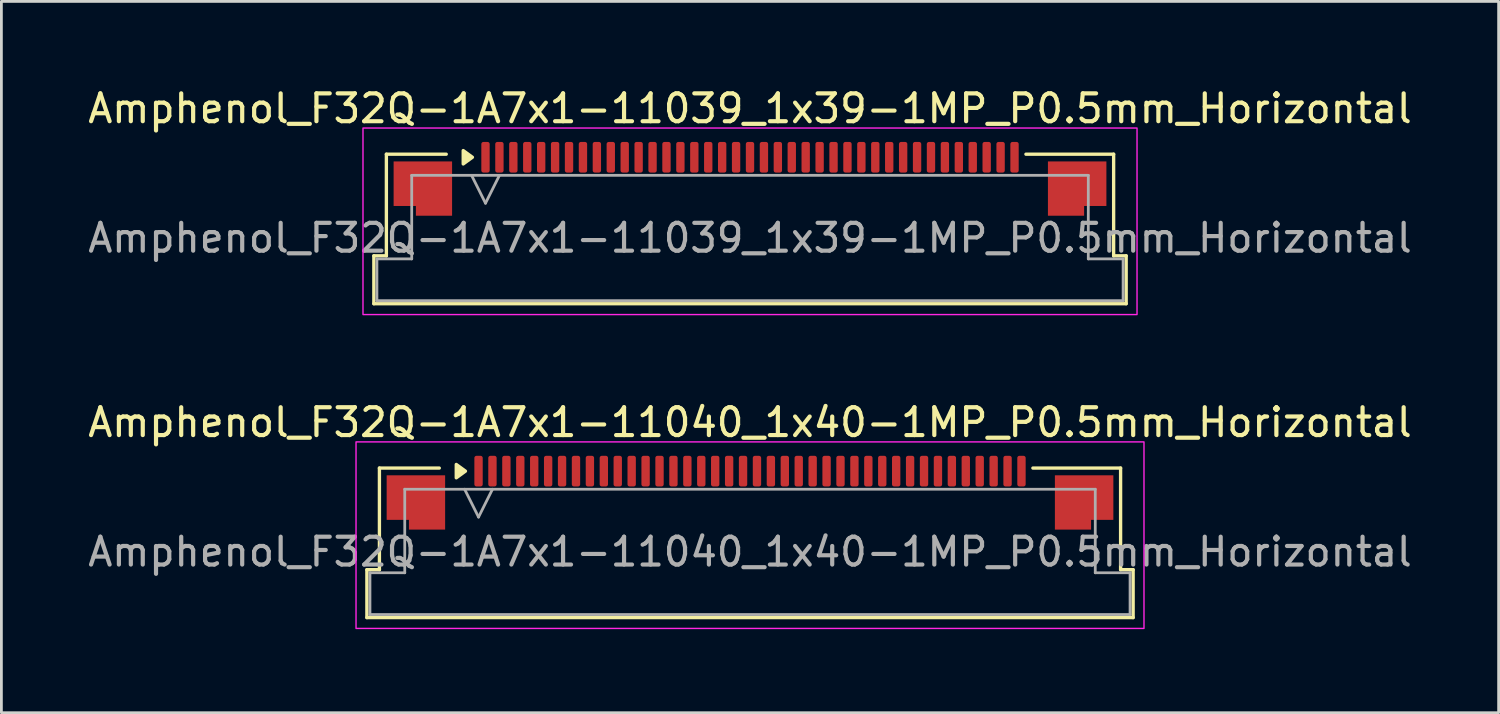
<source format=kicad_pcb>
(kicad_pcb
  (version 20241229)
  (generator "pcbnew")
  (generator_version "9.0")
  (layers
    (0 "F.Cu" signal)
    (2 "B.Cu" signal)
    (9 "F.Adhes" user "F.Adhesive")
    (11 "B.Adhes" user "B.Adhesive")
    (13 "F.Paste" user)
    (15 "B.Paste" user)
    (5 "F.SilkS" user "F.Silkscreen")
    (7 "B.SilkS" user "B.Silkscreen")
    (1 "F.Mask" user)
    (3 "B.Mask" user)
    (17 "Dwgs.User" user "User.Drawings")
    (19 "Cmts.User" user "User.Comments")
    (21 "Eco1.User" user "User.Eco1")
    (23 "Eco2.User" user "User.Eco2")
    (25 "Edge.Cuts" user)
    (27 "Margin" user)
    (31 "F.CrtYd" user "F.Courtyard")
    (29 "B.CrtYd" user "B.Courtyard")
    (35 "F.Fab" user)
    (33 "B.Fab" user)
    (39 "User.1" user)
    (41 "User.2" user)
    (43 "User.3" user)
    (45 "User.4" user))
  (footprint "Amphenol_F32Q-1A7x1-11040_1x40-1MP_P0.5mm_Horizontal"
    (layer "F.Cu")
    (at 23.887 16.771)
    (property "Reference" "Amphenol_F32Q-1A7x1-11040_1x40-1MP_P0.5mm_Horizontal" (at 0 -4.65 0) (layer "F.SilkS") (effects (font (size 1 1) (thickness 0.15))))
    (attr smd)
    (fp_line (start -13.76 0.64) (end -13.31 0.64) (stroke (width 0.12) (type solid)) (layer "F.SilkS"))
    (fp_line (start -13.76 2.36) (end -13.76 0.64) (stroke (width 0.12) (type solid)) (layer "F.SilkS"))
    (fp_line (start -13.31 -3.01) (end -11.16 -3.01) (stroke (width 0.12) (type solid)) (layer "F.SilkS"))
    (fp_line (start -13.31 0.64) (end -13.31 -3.01) (stroke (width 0.12) (type solid)) (layer "F.SilkS"))
    (fp_line (start 10.16 -3.01) (end 13.31 -3.01) (stroke (width 0.12) (type solid)) (layer "F.SilkS"))
    (fp_line (start 13.31 -3.01) (end 13.31 0.64) (stroke (width 0.12) (type solid)) (layer "F.SilkS"))
    (fp_line (start 13.31 0.64) (end 13.76 0.64) (stroke (width 0.12) (type solid)) (layer "F.SilkS"))
    (fp_line (start 13.76 0.64) (end 13.76 2.36) (stroke (width 0.12) (type solid)) (layer "F.SilkS"))
    (fp_line (start 13.76 2.36) (end -13.76 2.36) (stroke (width 0.12) (type solid)) (layer "F.SilkS"))
    (fp_poly (pts (xy -10.22 -2.9) (xy -10.55 -2.66) (xy -10.55 -3.14)) (stroke (width 0.12) (type solid)) (fill yes) (layer "F.SilkS"))
    (fp_rect (start -14.15 -3.95) (end 14.15 2.75) (stroke (width 0.05) (type solid)) (fill no) (layer "F.CrtYd"))
    (fp_line (start -13.65 0.75) (end -12.4 0.75) (stroke (width 0.1) (type solid)) (layer "F.Fab"))
    (fp_line (start -13.65 2.25) (end -13.65 0.75) (stroke (width 0.1) (type solid)) (layer "F.Fab"))
    (fp_line (start -12.4 -2.25) (end 12.4 -2.25) (stroke (width 0.1) (type solid)) (layer "F.Fab"))
    (fp_line (start -12.4 0.75) (end -12.4 -2.25) (stroke (width 0.1) (type solid)) (layer "F.Fab"))
    (fp_line (start -10.25 -2.25) (end -9.75 -1.25) (stroke (width 0.1) (type solid)) (layer "F.Fab"))
    (fp_line (start -9.75 -1.25) (end -9.25 -2.25) (stroke (width 0.1) (type solid)) (layer "F.Fab"))
    (fp_line (start 12.4 -2.25) (end 12.4 0.75) (stroke (width 0.1) (type solid)) (layer "F.Fab"))
    (fp_line (start 12.4 0.75) (end 13.65 0.75) (stroke (width 0.1) (type solid)) (layer "F.Fab"))
    (fp_line (start 13.65 0.75) (end 13.65 2.25) (stroke (width 0.1) (type solid)) (layer "F.Fab"))
    (fp_line (start 13.65 2.25) (end -13.65 2.25) (stroke (width 0.1) (type solid)) (layer "F.Fab"))
    (fp_text user "${REFERENCE}" (at 0 0 0) (layer "F.Fab") (effects (font (size 1 1) (thickness 0.15))))
    (pad "1" smd roundrect (at -9.75 -2.9) (size 0.3 1.1) (layers "F.Cu" "F.Mask" "F.Paste") (roundrect_rratio 0.25))
    (pad "2" smd roundrect (at -9.25 -2.9) (size 0.3 1.1) (layers "F.Cu" "F.Mask" "F.Paste") (roundrect_rratio 0.25))
    (pad "3" smd roundrect (at -8.75 -2.9) (size 0.3 1.1) (layers "F.Cu" "F.Mask" "F.Paste") (roundrect_rratio 0.25))
    (pad "4" smd roundrect (at -8.25 -2.9) (size 0.3 1.1) (layers "F.Cu" "F.Mask" "F.Paste") (roundrect_rratio 0.25))
    (pad "5" smd roundrect (at -7.75 -2.9) (size 0.3 1.1) (layers "F.Cu" "F.Mask" "F.Paste") (roundrect_rratio 0.25))
    (pad "6" smd roundrect (at -7.25 -2.9) (size 0.3 1.1) (layers "F.Cu" "F.Mask" "F.Paste") (roundrect_rratio 0.25))
    (pad "7" smd roundrect (at -6.75 -2.9) (size 0.3 1.1) (layers "F.Cu" "F.Mask" "F.Paste") (roundrect_rratio 0.25))
    (pad "8" smd roundrect (at -6.25 -2.9) (size 0.3 1.1) (layers "F.Cu" "F.Mask" "F.Paste") (roundrect_rratio 0.25))
    (pad "9" smd roundrect (at -5.75 -2.9) (size 0.3 1.1) (layers "F.Cu" "F.Mask" "F.Paste") (roundrect_rratio 0.25))
    (pad "10" smd roundrect (at -5.25 -2.9) (size 0.3 1.1) (layers "F.Cu" "F.Mask" "F.Paste") (roundrect_rratio 0.25))
    (pad "11" smd roundrect (at -4.75 -2.9) (size 0.3 1.1) (layers "F.Cu" "F.Mask" "F.Paste") (roundrect_rratio 0.25))
    (pad "12" smd roundrect (at -4.25 -2.9) (size 0.3 1.1) (layers "F.Cu" "F.Mask" "F.Paste") (roundrect_rratio 0.25))
    (pad "13" smd roundrect (at -3.75 -2.9) (size 0.3 1.1) (layers "F.Cu" "F.Mask" "F.Paste") (roundrect_rratio 0.25))
    (pad "14" smd roundrect (at -3.25 -2.9) (size 0.3 1.1) (layers "F.Cu" "F.Mask" "F.Paste") (roundrect_rratio 0.25))
    (pad "15" smd roundrect (at -2.75 -2.9) (size 0.3 1.1) (layers "F.Cu" "F.Mask" "F.Paste") (roundrect_rratio 0.25))
    (pad "16" smd roundrect (at -2.25 -2.9) (size 0.3 1.1) (layers "F.Cu" "F.Mask" "F.Paste") (roundrect_rratio 0.25))
    (pad "17" smd roundrect (at -1.75 -2.9) (size 0.3 1.1) (layers "F.Cu" "F.Mask" "F.Paste") (roundrect_rratio 0.25))
    (pad "18" smd roundrect (at -1.25 -2.9) (size 0.3 1.1) (layers "F.Cu" "F.Mask" "F.Paste") (roundrect_rratio 0.25))
    (pad "19" smd roundrect (at -0.75 -2.9) (size 0.3 1.1) (layers "F.Cu" "F.Mask" "F.Paste") (roundrect_rratio 0.25))
    (pad "20" smd roundrect (at -0.25 -2.9) (size 0.3 1.1) (layers "F.Cu" "F.Mask" "F.Paste") (roundrect_rratio 0.25))
    (pad "21" smd roundrect (at 0.25 -2.9) (size 0.3 1.1) (layers "F.Cu" "F.Mask" "F.Paste") (roundrect_rratio 0.25))
    (pad "22" smd roundrect (at 0.75 -2.9) (size 0.3 1.1) (layers "F.Cu" "F.Mask" "F.Paste") (roundrect_rratio 0.25))
    (pad "23" smd roundrect (at 1.25 -2.9) (size 0.3 1.1) (layers "F.Cu" "F.Mask" "F.Paste") (roundrect_rratio 0.25))
    (pad "24" smd roundrect (at 1.75 -2.9) (size 0.3 1.1) (layers "F.Cu" "F.Mask" "F.Paste") (roundrect_rratio 0.25))
    (pad "25" smd roundrect (at 2.25 -2.9) (size 0.3 1.1) (layers "F.Cu" "F.Mask" "F.Paste") (roundrect_rratio 0.25))
    (pad "26" smd roundrect (at 2.75 -2.9) (size 0.3 1.1) (layers "F.Cu" "F.Mask" "F.Paste") (roundrect_rratio 0.25))
    (pad "27" smd roundrect (at 3.25 -2.9) (size 0.3 1.1) (layers "F.Cu" "F.Mask" "F.Paste") (roundrect_rratio 0.25))
    (pad "28" smd roundrect (at 3.75 -2.9) (size 0.3 1.1) (layers "F.Cu" "F.Mask" "F.Paste") (roundrect_rratio 0.25))
    (pad "29" smd roundrect (at 4.25 -2.9) (size 0.3 1.1) (layers "F.Cu" "F.Mask" "F.Paste") (roundrect_rratio 0.25))
    (pad "30" smd roundrect (at 4.75 -2.9) (size 0.3 1.1) (layers "F.Cu" "F.Mask" "F.Paste") (roundrect_rratio 0.25))
    (pad "31" smd roundrect (at 5.25 -2.9) (size 0.3 1.1) (layers "F.Cu" "F.Mask" "F.Paste") (roundrect_rratio 0.25))
    (pad "32" smd roundrect (at 5.75 -2.9) (size 0.3 1.1) (layers "F.Cu" "F.Mask" "F.Paste") (roundrect_rratio 0.25))
    (pad "33" smd roundrect (at 6.25 -2.9) (size 0.3 1.1) (layers "F.Cu" "F.Mask" "F.Paste") (roundrect_rratio 0.25))
    (pad "34" smd roundrect (at 6.75 -2.9) (size 0.3 1.1) (layers "F.Cu" "F.Mask" "F.Paste") (roundrect_rratio 0.25))
    (pad "35" smd roundrect (at 7.25 -2.9) (size 0.3 1.1) (layers "F.Cu" "F.Mask" "F.Paste") (roundrect_rratio 0.25))
    (pad "36" smd roundrect (at 7.75 -2.9) (size 0.3 1.1) (layers "F.Cu" "F.Mask" "F.Paste") (roundrect_rratio 0.25))
    (pad "37" smd roundrect (at 8.25 -2.9) (size 0.3 1.1) (layers "F.Cu" "F.Mask" "F.Paste") (roundrect_rratio 0.25))
    (pad "38" smd roundrect (at 8.75 -2.9) (size 0.3 1.1) (layers "F.Cu" "F.Mask" "F.Paste") (roundrect_rratio 0.25))
    (pad "39" smd roundrect (at 9.25 -2.9) (size 0.3 1.1) (layers "F.Cu" "F.Mask" "F.Paste") (roundrect_rratio 0.25))
    (pad "40" smd roundrect (at 9.75 -2.9) (size 0.3 1.1) (layers "F.Cu" "F.Mask" "F.Paste") (roundrect_rratio 0.25))
    (pad "MP" smd custom (at -12 -1.775) (size 1 1) (layers "F.Cu" "F.Mask" "F.Paste") (options (anchor circle)) (primitives (gr_poly (pts (xy 1.05 -0.975) (xy 1.05 0.975) (xy -0.25 0.975) (xy -0.25 0.625) (xy -1.05 0.625) (xy -1.05 -0.975)) (width 0) (fill yes))))
    (pad "MP" smd custom (at 12 -1.775) (size 1 1) (layers "F.Cu" "F.Mask" "F.Paste") (options (anchor circle)) (primitives (gr_poly (pts (xy -1.05 -0.975) (xy -1.05 0.975) (xy 0.25 0.975) (xy 0.25 0.625) (xy 1.05 0.625) (xy 1.05 -0.975)) (width 0) (fill yes)))))
  (footprint "Amphenol_F32Q-1A7x1-11039_1x39-1MP_P0.5mm_Horizontal"
    (layer "F.Cu")
    (at 23.887 5.498)
    (property "Reference" "Amphenol_F32Q-1A7x1-11039_1x39-1MP_P0.5mm_Horizontal" (at 0 -4.65 0) (layer "F.SilkS") (effects (font (size 1 1) (thickness 0.15))))
    (attr smd)
    (fp_line (start -13.51 0.64) (end -13.06 0.64) (stroke (width 0.12) (type solid)) (layer "F.SilkS"))
    (fp_line (start -13.51 2.36) (end -13.51 0.64) (stroke (width 0.12) (type solid)) (layer "F.SilkS"))
    (fp_line (start -13.06 -3.01) (end -10.91 -3.01) (stroke (width 0.12) (type solid)) (layer "F.SilkS"))
    (fp_line (start -13.06 0.64) (end -13.06 -3.01) (stroke (width 0.12) (type solid)) (layer "F.SilkS"))
    (fp_line (start 9.91 -3.01) (end 13.06 -3.01) (stroke (width 0.12) (type solid)) (layer "F.SilkS"))
    (fp_line (start 13.06 -3.01) (end 13.06 0.64) (stroke (width 0.12) (type solid)) (layer "F.SilkS"))
    (fp_line (start 13.06 0.64) (end 13.51 0.64) (stroke (width 0.12) (type solid)) (layer "F.SilkS"))
    (fp_line (start 13.51 0.64) (end 13.51 2.36) (stroke (width 0.12) (type solid)) (layer "F.SilkS"))
    (fp_line (start 13.51 2.36) (end -13.51 2.36) (stroke (width 0.12) (type solid)) (layer "F.SilkS"))
    (fp_poly (pts (xy -9.97 -2.9) (xy -10.3 -2.66) (xy -10.3 -3.14)) (stroke (width 0.12) (type solid)) (fill yes) (layer "F.SilkS"))
    (fp_rect (start -13.9 -3.95) (end 13.9 2.75) (stroke (width 0.05) (type solid)) (fill no) (layer "F.CrtYd"))
    (fp_line (start -13.4 0.75) (end -12.15 0.75) (stroke (width 0.1) (type solid)) (layer "F.Fab"))
    (fp_line (start -13.4 2.25) (end -13.4 0.75) (stroke (width 0.1) (type solid)) (layer "F.Fab"))
    (fp_line (start -12.15 -2.25) (end 12.15 -2.25) (stroke (width 0.1) (type solid)) (layer "F.Fab"))
    (fp_line (start -12.15 0.75) (end -12.15 -2.25) (stroke (width 0.1) (type solid)) (layer "F.Fab"))
    (fp_line (start -10 -2.25) (end -9.5 -1.25) (stroke (width 0.1) (type solid)) (layer "F.Fab"))
    (fp_line (start -9.5 -1.25) (end -9 -2.25) (stroke (width 0.1) (type solid)) (layer "F.Fab"))
    (fp_line (start 12.15 -2.25) (end 12.15 0.75) (stroke (width 0.1) (type solid)) (layer "F.Fab"))
    (fp_line (start 12.15 0.75) (end 13.4 0.75) (stroke (width 0.1) (type solid)) (layer "F.Fab"))
    (fp_line (start 13.4 0.75) (end 13.4 2.25) (stroke (width 0.1) (type solid)) (layer "F.Fab"))
    (fp_line (start 13.4 2.25) (end -13.4 2.25) (stroke (width 0.1) (type solid)) (layer "F.Fab"))
    (fp_text user "${REFERENCE}" (at 0 0 0) (layer "F.Fab") (effects (font (size 1 1) (thickness 0.15))))
    (pad "1" smd roundrect (at -9.5 -2.9) (size 0.3 1.1) (layers "F.Cu" "F.Mask" "F.Paste") (roundrect_rratio 0.25))
    (pad "2" smd roundrect (at -9 -2.9) (size 0.3 1.1) (layers "F.Cu" "F.Mask" "F.Paste") (roundrect_rratio 0.25))
    (pad "3" smd roundrect (at -8.5 -2.9) (size 0.3 1.1) (layers "F.Cu" "F.Mask" "F.Paste") (roundrect_rratio 0.25))
    (pad "4" smd roundrect (at -8 -2.9) (size 0.3 1.1) (layers "F.Cu" "F.Mask" "F.Paste") (roundrect_rratio 0.25))
    (pad "5" smd roundrect (at -7.5 -2.9) (size 0.3 1.1) (layers "F.Cu" "F.Mask" "F.Paste") (roundrect_rratio 0.25))
    (pad "6" smd roundrect (at -7 -2.9) (size 0.3 1.1) (layers "F.Cu" "F.Mask" "F.Paste") (roundrect_rratio 0.25))
    (pad "7" smd roundrect (at -6.5 -2.9) (size 0.3 1.1) (layers "F.Cu" "F.Mask" "F.Paste") (roundrect_rratio 0.25))
    (pad "8" smd roundrect (at -6 -2.9) (size 0.3 1.1) (layers "F.Cu" "F.Mask" "F.Paste") (roundrect_rratio 0.25))
    (pad "9" smd roundrect (at -5.5 -2.9) (size 0.3 1.1) (layers "F.Cu" "F.Mask" "F.Paste") (roundrect_rratio 0.25))
    (pad "10" smd roundrect (at -5 -2.9) (size 0.3 1.1) (layers "F.Cu" "F.Mask" "F.Paste") (roundrect_rratio 0.25))
    (pad "11" smd roundrect (at -4.5 -2.9) (size 0.3 1.1) (layers "F.Cu" "F.Mask" "F.Paste") (roundrect_rratio 0.25))
    (pad "12" smd roundrect (at -4 -2.9) (size 0.3 1.1) (layers "F.Cu" "F.Mask" "F.Paste") (roundrect_rratio 0.25))
    (pad "13" smd roundrect (at -3.5 -2.9) (size 0.3 1.1) (layers "F.Cu" "F.Mask" "F.Paste") (roundrect_rratio 0.25))
    (pad "14" smd roundrect (at -3 -2.9) (size 0.3 1.1) (layers "F.Cu" "F.Mask" "F.Paste") (roundrect_rratio 0.25))
    (pad "15" smd roundrect (at -2.5 -2.9) (size 0.3 1.1) (layers "F.Cu" "F.Mask" "F.Paste") (roundrect_rratio 0.25))
    (pad "16" smd roundrect (at -2 -2.9) (size 0.3 1.1) (layers "F.Cu" "F.Mask" "F.Paste") (roundrect_rratio 0.25))
    (pad "17" smd roundrect (at -1.5 -2.9) (size 0.3 1.1) (layers "F.Cu" "F.Mask" "F.Paste") (roundrect_rratio 0.25))
    (pad "18" smd roundrect (at -1 -2.9) (size 0.3 1.1) (layers "F.Cu" "F.Mask" "F.Paste") (roundrect_rratio 0.25))
    (pad "19" smd roundrect (at -0.5 -2.9) (size 0.3 1.1) (layers "F.Cu" "F.Mask" "F.Paste") (roundrect_rratio 0.25))
    (pad "20" smd roundrect (at 0 -2.9) (size 0.3 1.1) (layers "F.Cu" "F.Mask" "F.Paste") (roundrect_rratio 0.25))
    (pad "21" smd roundrect (at 0.5 -2.9) (size 0.3 1.1) (layers "F.Cu" "F.Mask" "F.Paste") (roundrect_rratio 0.25))
    (pad "22" smd roundrect (at 1 -2.9) (size 0.3 1.1) (layers "F.Cu" "F.Mask" "F.Paste") (roundrect_rratio 0.25))
    (pad "23" smd roundrect (at 1.5 -2.9) (size 0.3 1.1) (layers "F.Cu" "F.Mask" "F.Paste") (roundrect_rratio 0.25))
    (pad "24" smd roundrect (at 2 -2.9) (size 0.3 1.1) (layers "F.Cu" "F.Mask" "F.Paste") (roundrect_rratio 0.25))
    (pad "25" smd roundrect (at 2.5 -2.9) (size 0.3 1.1) (layers "F.Cu" "F.Mask" "F.Paste") (roundrect_rratio 0.25))
    (pad "26" smd roundrect (at 3 -2.9) (size 0.3 1.1) (layers "F.Cu" "F.Mask" "F.Paste") (roundrect_rratio 0.25))
    (pad "27" smd roundrect (at 3.5 -2.9) (size 0.3 1.1) (layers "F.Cu" "F.Mask" "F.Paste") (roundrect_rratio 0.25))
    (pad "28" smd roundrect (at 4 -2.9) (size 0.3 1.1) (layers "F.Cu" "F.Mask" "F.Paste") (roundrect_rratio 0.25))
    (pad "29" smd roundrect (at 4.5 -2.9) (size 0.3 1.1) (layers "F.Cu" "F.Mask" "F.Paste") (roundrect_rratio 0.25))
    (pad "30" smd roundrect (at 5 -2.9) (size 0.3 1.1) (layers "F.Cu" "F.Mask" "F.Paste") (roundrect_rratio 0.25))
    (pad "31" smd roundrect (at 5.5 -2.9) (size 0.3 1.1) (layers "F.Cu" "F.Mask" "F.Paste") (roundrect_rratio 0.25))
    (pad "32" smd roundrect (at 6 -2.9) (size 0.3 1.1) (layers "F.Cu" "F.Mask" "F.Paste") (roundrect_rratio 0.25))
    (pad "33" smd roundrect (at 6.5 -2.9) (size 0.3 1.1) (layers "F.Cu" "F.Mask" "F.Paste") (roundrect_rratio 0.25))
    (pad "34" smd roundrect (at 7 -2.9) (size 0.3 1.1) (layers "F.Cu" "F.Mask" "F.Paste") (roundrect_rratio 0.25))
    (pad "35" smd roundrect (at 7.5 -2.9) (size 0.3 1.1) (layers "F.Cu" "F.Mask" "F.Paste") (roundrect_rratio 0.25))
    (pad "36" smd roundrect (at 8 -2.9) (size 0.3 1.1) (layers "F.Cu" "F.Mask" "F.Paste") (roundrect_rratio 0.25))
    (pad "37" smd roundrect (at 8.5 -2.9) (size 0.3 1.1) (layers "F.Cu" "F.Mask" "F.Paste") (roundrect_rratio 0.25))
    (pad "38" smd roundrect (at 9 -2.9) (size 0.3 1.1) (layers "F.Cu" "F.Mask" "F.Paste") (roundrect_rratio 0.25))
    (pad "39" smd roundrect (at 9.5 -2.9) (size 0.3 1.1) (layers "F.Cu" "F.Mask" "F.Paste") (roundrect_rratio 0.25))
    (pad "MP" smd custom (at -11.75 -1.775) (size 1 1) (layers "F.Cu" "F.Mask" "F.Paste") (options (anchor circle)) (primitives (gr_poly (pts (xy 1.05 -0.975) (xy 1.05 0.975) (xy -0.25 0.975) (xy -0.25 0.625) (xy -1.05 0.625) (xy -1.05 -0.975)) (width 0) (fill yes))))
    (pad "MP" smd custom (at 11.75 -1.775) (size 1 1) (layers "F.Cu" "F.Mask" "F.Paste") (options (anchor circle)) (primitives (gr_poly (pts (xy -1.05 -0.975) (xy -1.05 0.975) (xy 0.25 0.975) (xy 0.25 0.625) (xy 1.05 0.625) (xy 1.05 -0.975)) (width 0) (fill yes)))))
  (gr_rect
    (start -3 -3)
    (end 50.774 22.547)
    (stroke (width 0.1) (type default))
    (fill no)
    (layer "Edge.Cuts")))
</source>
